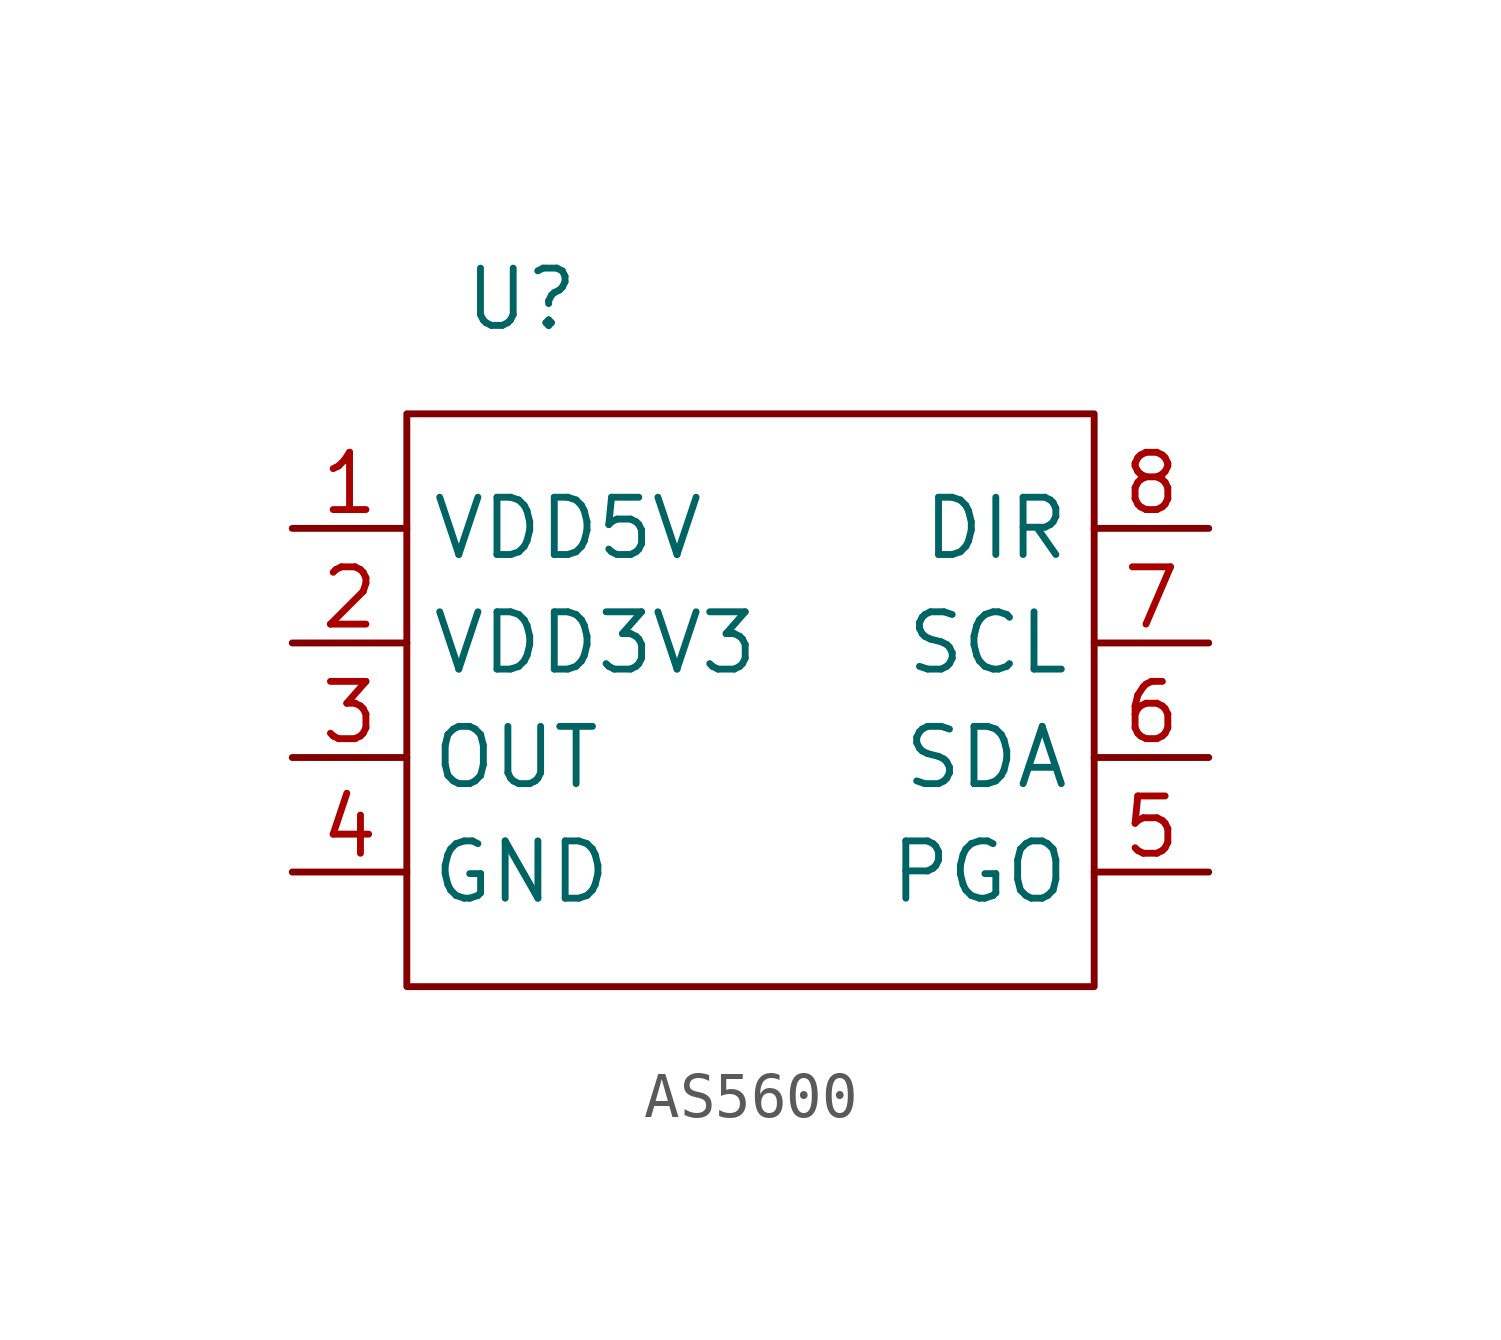
<source format=kicad_sym>
(kicad_symbol_lib
  (version 20220914)
  (generator kicad_symbol_editor)
  (symbol "AS5600"
    (property "Reference" "U"
      (at -5.08 7.62 0)
      (effects (font (size 1.27 1.27))))
    (property "Value" ""
      (at 0 -2.54 0)
      (effects (font (size 1.27 1.27))))
    (symbol "AS5600_0_1"
      (polyline (pts (xy -7.62 5.08) (xy 7.62 5.08) (xy 7.62 -7.62) (xy -7.62 -7.62) (xy -7.62 5.08) (xy -7.62 5.08)) (stroke (width 0) (type default)) (fill (type none))))
    (symbol "AS5600_1_1"
      (pin input line (at -10.16 2.54 0) (length 2.54) (name "VDD5V" (effects (font (size 1.27 1.27)))) (number "1" (effects (font (size 1.27 1.27)))))
      (pin input line (at -10.16 0 0) (length 2.54) (name "VDD3V3" (effects (font (size 1.27 1.27)))) (number "2" (effects (font (size 1.27 1.27)))))
      (pin input line (at -10.16 -2.54 0) (length 2.54) (name "OUT" (effects (font (size 1.27 1.27)))) (number "3" (effects (font (size 1.27 1.27)))))
      (pin input line (at -10.16 -5.08 0) (length 2.54) (name "GND" (effects (font (size 1.27 1.27)))) (number "4" (effects (font (size 1.27 1.27)))))
      (pin input line (at 10.16 -5.08 180) (length 2.54) (name "PGO" (effects (font (size 1.27 1.27)))) (number "5" (effects (font (size 1.27 1.27)))))
      (pin input line (at 10.16 -2.54 180) (length 2.54) (name "SDA" (effects (font (size 1.27 1.27)))) (number "6" (effects (font (size 1.27 1.27)))))
      (pin input line (at 10.16 0 180) (length 2.54) (name "SCL" (effects (font (size 1.27 1.27)))) (number "7" (effects (font (size 1.27 1.27)))))
      (pin input line (at 10.16 2.54 180) (length 2.54) (name "DIR" (effects (font (size 1.27 1.27)))) (number "8" (effects (font (size 1.27 1.27))))))))
</source>
